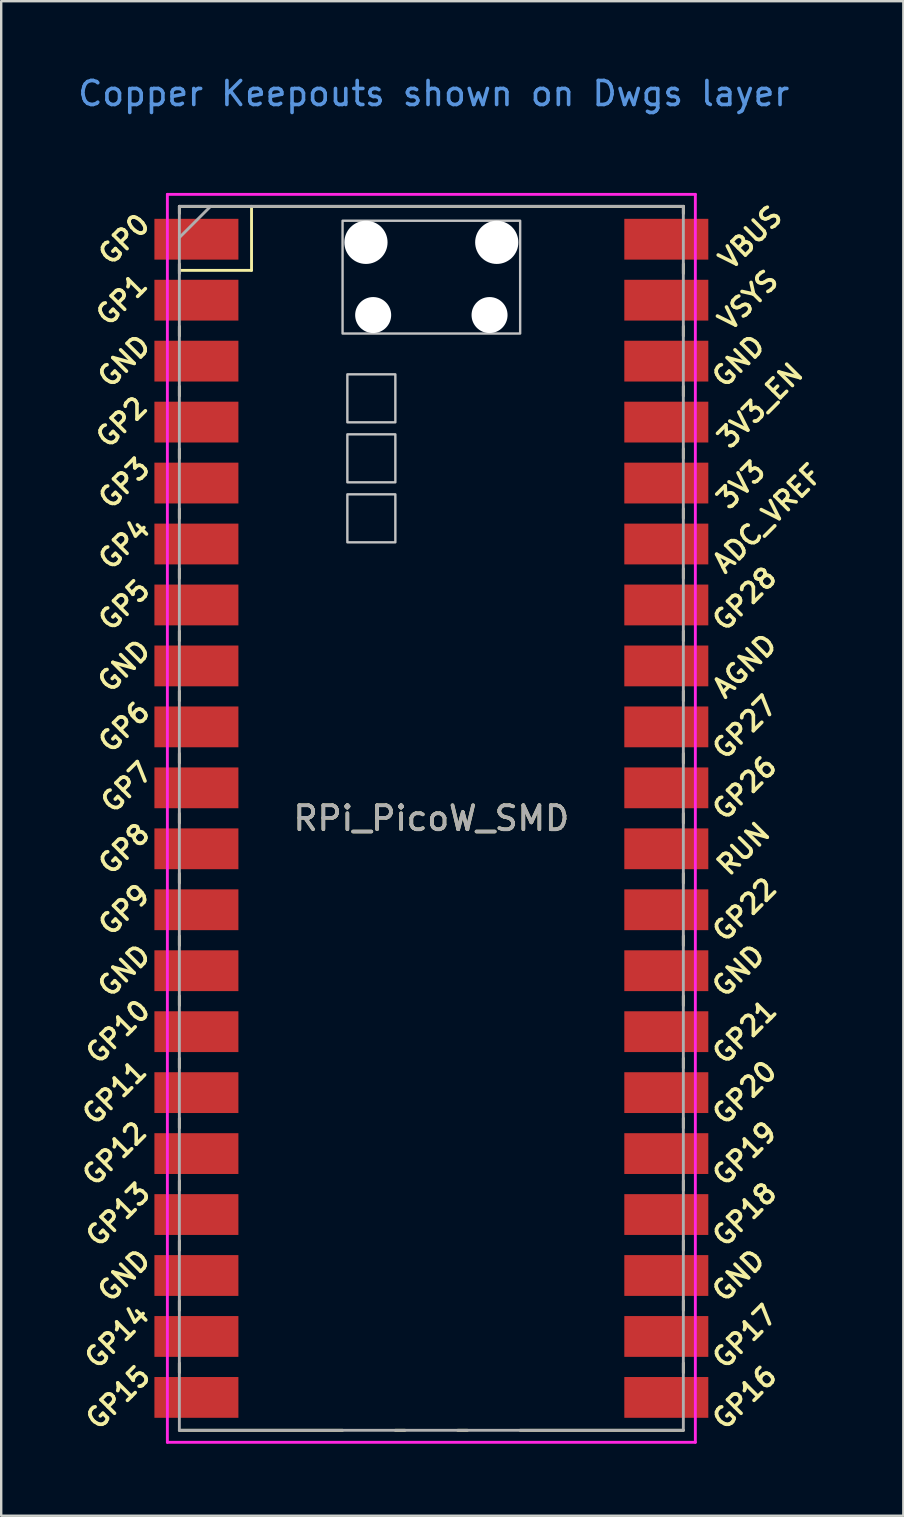
<source format=kicad_pcb>
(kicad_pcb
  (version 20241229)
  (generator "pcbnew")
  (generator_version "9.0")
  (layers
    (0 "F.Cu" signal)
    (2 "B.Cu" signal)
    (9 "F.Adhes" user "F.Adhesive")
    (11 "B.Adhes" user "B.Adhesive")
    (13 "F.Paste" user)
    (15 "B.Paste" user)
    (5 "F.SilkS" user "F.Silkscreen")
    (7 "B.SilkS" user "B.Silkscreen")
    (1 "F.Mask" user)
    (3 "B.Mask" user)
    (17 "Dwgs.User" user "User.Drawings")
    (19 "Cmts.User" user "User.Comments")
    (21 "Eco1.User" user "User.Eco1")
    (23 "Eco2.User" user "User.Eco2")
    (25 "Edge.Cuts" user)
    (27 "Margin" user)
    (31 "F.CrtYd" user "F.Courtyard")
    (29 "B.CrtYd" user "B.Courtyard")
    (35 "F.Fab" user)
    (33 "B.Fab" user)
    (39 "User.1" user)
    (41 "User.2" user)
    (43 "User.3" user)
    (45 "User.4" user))
  (footprint "RPi_PicoW_SMD"
    (layer "F.Cu")
    (at 14.924 31.048)
    (property "Reference" "RPi_PicoW_SMD" (at 0 0 0) (layer "F.SilkS") (effects (font (size 1 1) (thickness 0.15))))
    (attr through_hole)
    (fp_line (start -10.5 -25.5) (end -10.5 -25.2) (stroke (width 0.12) (type solid)) (layer "F.SilkS"))
    (fp_line (start -10.5 -25.5) (end 10.5 -25.5) (stroke (width 0.12) (type solid)) (layer "F.SilkS"))
    (fp_line (start -10.5 -23.1) (end -10.5 -22.7) (stroke (width 0.12) (type solid)) (layer "F.SilkS"))
    (fp_line (start -10.5 -22.833) (end -7.493 -22.833) (stroke (width 0.12) (type solid)) (layer "F.SilkS"))
    (fp_line (start -10.5 -20.5) (end -10.5 -20.1) (stroke (width 0.12) (type solid)) (layer "F.SilkS"))
    (fp_line (start -10.5 -18) (end -10.5 -17.6) (stroke (width 0.12) (type solid)) (layer "F.SilkS"))
    (fp_line (start -10.5 -15.4) (end -10.5 -15) (stroke (width 0.12) (type solid)) (layer "F.SilkS"))
    (fp_line (start -10.5 -12.9) (end -10.5 -12.5) (stroke (width 0.12) (type solid)) (layer "F.SilkS"))
    (fp_line (start -10.5 -10.4) (end -10.5 -10) (stroke (width 0.12) (type solid)) (layer "F.SilkS"))
    (fp_line (start -10.5 -7.8) (end -10.5 -7.4) (stroke (width 0.12) (type solid)) (layer "F.SilkS"))
    (fp_line (start -10.5 -5.3) (end -10.5 -4.9) (stroke (width 0.12) (type solid)) (layer "F.SilkS"))
    (fp_line (start -10.5 -2.7) (end -10.5 -2.3) (stroke (width 0.12) (type solid)) (layer "F.SilkS"))
    (fp_line (start -10.5 -0.2) (end -10.5 0.2) (stroke (width 0.12) (type solid)) (layer "F.SilkS"))
    (fp_line (start -10.5 2.3) (end -10.5 2.7) (stroke (width 0.12) (type solid)) (layer "F.SilkS"))
    (fp_line (start -10.5 4.9) (end -10.5 5.3) (stroke (width 0.12) (type solid)) (layer "F.SilkS"))
    (fp_line (start -10.5 7.4) (end -10.5 7.8) (stroke (width 0.12) (type solid)) (layer "F.SilkS"))
    (fp_line (start -10.5 10) (end -10.5 10.4) (stroke (width 0.12) (type solid)) (layer "F.SilkS"))
    (fp_line (start -10.5 12.5) (end -10.5 12.9) (stroke (width 0.12) (type solid)) (layer "F.SilkS"))
    (fp_line (start -10.5 15.1) (end -10.5 15.5) (stroke (width 0.12) (type solid)) (layer "F.SilkS"))
    (fp_line (start -10.5 17.6) (end -10.5 18) (stroke (width 0.12) (type solid)) (layer "F.SilkS"))
    (fp_line (start -10.5 20.1) (end -10.5 20.5) (stroke (width 0.12) (type solid)) (layer "F.SilkS"))
    (fp_line (start -10.5 22.7) (end -10.5 23.1) (stroke (width 0.12) (type solid)) (layer "F.SilkS"))
    (fp_line (start -7.493 -22.833) (end -7.493 -25.5) (stroke (width 0.12) (type solid)) (layer "F.SilkS"))
    (fp_line (start -3.7 25.5) (end -10.5 25.5) (stroke (width 0.12) (type solid)) (layer "F.SilkS"))
    (fp_line (start -1.5 25.5) (end -1.1 25.5) (stroke (width 0.12) (type solid)) (layer "F.SilkS"))
    (fp_line (start 1.1 25.5) (end 1.5 25.5) (stroke (width 0.12) (type solid)) (layer "F.SilkS"))
    (fp_line (start 10.5 -25.5) (end 10.5 -25.2) (stroke (width 0.12) (type solid)) (layer "F.SilkS"))
    (fp_line (start 10.5 -23.1) (end 10.5 -22.7) (stroke (width 0.12) (type solid)) (layer "F.SilkS"))
    (fp_line (start 10.5 -20.5) (end 10.5 -20.1) (stroke (width 0.12) (type solid)) (layer "F.SilkS"))
    (fp_line (start 10.5 -18) (end 10.5 -17.6) (stroke (width 0.12) (type solid)) (layer "F.SilkS"))
    (fp_line (start 10.5 -15.4) (end 10.5 -15) (stroke (width 0.12) (type solid)) (layer "F.SilkS"))
    (fp_line (start 10.5 -12.9) (end 10.5 -12.5) (stroke (width 0.12) (type solid)) (layer "F.SilkS"))
    (fp_line (start 10.5 -10.4) (end 10.5 -10) (stroke (width 0.12) (type solid)) (layer "F.SilkS"))
    (fp_line (start 10.5 -7.8) (end 10.5 -7.4) (stroke (width 0.12) (type solid)) (layer "F.SilkS"))
    (fp_line (start 10.5 -5.3) (end 10.5 -4.9) (stroke (width 0.12) (type solid)) (layer "F.SilkS"))
    (fp_line (start 10.5 -2.7) (end 10.5 -2.3) (stroke (width 0.12) (type solid)) (layer "F.SilkS"))
    (fp_line (start 10.5 -0.2) (end 10.5 0.2) (stroke (width 0.12) (type solid)) (layer "F.SilkS"))
    (fp_line (start 10.5 2.3) (end 10.5 2.7) (stroke (width 0.12) (type solid)) (layer "F.SilkS"))
    (fp_line (start 10.5 4.9) (end 10.5 5.3) (stroke (width 0.12) (type solid)) (layer "F.SilkS"))
    (fp_line (start 10.5 7.4) (end 10.5 7.8) (stroke (width 0.12) (type solid)) (layer "F.SilkS"))
    (fp_line (start 10.5 10) (end 10.5 10.4) (stroke (width 0.12) (type solid)) (layer "F.SilkS"))
    (fp_line (start 10.5 12.5) (end 10.5 12.9) (stroke (width 0.12) (type solid)) (layer "F.SilkS"))
    (fp_line (start 10.5 15.1) (end 10.5 15.5) (stroke (width 0.12) (type solid)) (layer "F.SilkS"))
    (fp_line (start 10.5 17.6) (end 10.5 18) (stroke (width 0.12) (type solid)) (layer "F.SilkS"))
    (fp_line (start 10.5 20.1) (end 10.5 20.5) (stroke (width 0.12) (type solid)) (layer "F.SilkS"))
    (fp_line (start 10.5 22.7) (end 10.5 23.1) (stroke (width 0.12) (type solid)) (layer "F.SilkS"))
    (fp_line (start 10.5 25.5) (end 3.7 25.5) (stroke (width 0.12) (type solid)) (layer "F.SilkS"))
    (fp_poly (pts (xy -1.5 -16.5) (xy -3.5 -16.5) (xy -3.5 -18.5) (xy -1.5 -18.5)) (stroke (width 0.1) (type solid)) (fill no) (layer "Dwgs.User"))
    (fp_poly (pts (xy -1.5 -14) (xy -3.5 -14) (xy -3.5 -16) (xy -1.5 -16)) (stroke (width 0.1) (type solid)) (fill no) (layer "Dwgs.User"))
    (fp_poly (pts (xy -1.5 -11.5) (xy -3.5 -11.5) (xy -3.5 -13.5) (xy -1.5 -13.5)) (stroke (width 0.1) (type solid)) (fill no) (layer "Dwgs.User"))
    (fp_poly (pts (xy 3.7 -20.2) (xy -3.7 -20.2) (xy -3.7 -24.9) (xy 3.7 -24.9)) (stroke (width 0.1) (type solid)) (fill no) (layer "Dwgs.User"))
    (fp_line (start -11 -26) (end 11 -26) (stroke (width 0.12) (type solid)) (layer "F.CrtYd"))
    (fp_line (start -11 26) (end -11 -26) (stroke (width 0.12) (type solid)) (layer "F.CrtYd"))
    (fp_line (start 11 -26) (end 11 26) (stroke (width 0.12) (type solid)) (layer "F.CrtYd"))
    (fp_line (start 11 26) (end -11 26) (stroke (width 0.12) (type solid)) (layer "F.CrtYd"))
    (fp_line (start -10.5 -25.5) (end 10.5 -25.5) (stroke (width 0.12) (type solid)) (layer "F.Fab"))
    (fp_line (start -10.5 -24.2) (end -9.2 -25.5) (stroke (width 0.12) (type solid)) (layer "F.Fab"))
    (fp_line (start -10.5 25.5) (end -10.5 -25.5) (stroke (width 0.12) (type solid)) (layer "F.Fab"))
    (fp_line (start 10.5 -25.5) (end 10.5 25.5) (stroke (width 0.12) (type solid)) (layer "F.Fab"))
    (fp_line (start 10.5 25.5) (end -10.5 25.5) (stroke (width 0.12) (type solid)) (layer "F.Fab"))
    (fp_text user "GP1" (at -12.9 -21.6 45) (layer "F.SilkS") (effects (font (size 0.8 0.8) (thickness 0.15))))
    (fp_text user "GP15" (at -13.054 24.13 45) (layer "F.SilkS") (effects (font (size 0.8 0.8) (thickness 0.15))))
    (fp_text user "AGND" (at 13.054 -6.35 45) (layer "F.SilkS") (effects (font (size 0.8 0.8) (thickness 0.15))))
    (fp_text user "GP13" (at -13.054 16.51 45) (layer "F.SilkS") (effects (font (size 0.8 0.8) (thickness 0.15))))
    (fp_text user "GP9" (at -12.8 3.81 45) (layer "F.SilkS") (effects (font (size 0.8 0.8) (thickness 0.15))))
    (fp_text user "GP22" (at 13.054 3.81 45) (layer "F.SilkS") (effects (font (size 0.8 0.8) (thickness 0.15))))
    (fp_text user "GP2" (at -12.9 -16.51 45) (layer "F.SilkS") (effects (font (size 0.8 0.8) (thickness 0.15))))
    (fp_text user "GND" (at 12.8 6.35 45) (layer "F.SilkS") (effects (font (size 0.8 0.8) (thickness 0.15))))
    (fp_text user "GND" (at -12.8 -19.05 45) (layer "F.SilkS") (effects (font (size 0.8 0.8) (thickness 0.15))))
    (fp_text user "GP3" (at -12.8 -13.97 45) (layer "F.SilkS") (effects (font (size 0.8 0.8) (thickness 0.15))))
    (fp_text user "GP6" (at -12.8 -3.81 45) (layer "F.SilkS") (effects (font (size 0.8 0.8) (thickness 0.15))))
    (fp_text user "GP11" (at -13.2 11.43 45) (layer "F.SilkS") (effects (font (size 0.8 0.8) (thickness 0.15))))
    (fp_text user "VBUS" (at 13.3 -24.2 45) (layer "F.SilkS") (effects (font (size 0.8 0.8) (thickness 0.15))))
    (fp_text user "GP20" (at 13.054 11.43 45) (layer "F.SilkS") (effects (font (size 0.8 0.8) (thickness 0.15))))
    (fp_text user "GP7" (at -12.7 -1.3 45) (layer "F.SilkS") (effects (font (size 0.8 0.8) (thickness 0.15))))
    (fp_text user "3V3_EN" (at 13.7 -17.2 45) (layer "F.SilkS") (effects (font (size 0.8 0.8) (thickness 0.15))))
    (fp_text user "GP26" (at 13.054 -1.27 45) (layer "F.SilkS") (effects (font (size 0.8 0.8) (thickness 0.15))))
    (fp_text user "GP14" (at -13.1 21.59 45) (layer "F.SilkS") (effects (font (size 0.8 0.8) (thickness 0.15))))
    (fp_text user "GP10" (at -13.054 8.89 45) (layer "F.SilkS") (effects (font (size 0.8 0.8) (thickness 0.15))))
    (fp_text user "GP28" (at 13.054 -9.144 45) (layer "F.SilkS") (effects (font (size 0.8 0.8) (thickness 0.15))))
    (fp_text user "GP12" (at -13.2 13.97 45) (layer "F.SilkS") (effects (font (size 0.8 0.8) (thickness 0.15))))
    (fp_text user "GND" (at -12.8 19.05 45) (layer "F.SilkS") (effects (font (size 0.8 0.8) (thickness 0.15))))
    (fp_text user "GND" (at -12.8 -6.35 45) (layer "F.SilkS") (effects (font (size 0.8 0.8) (thickness 0.15))))
    (fp_text user "VSYS" (at 13.2 -21.59 45) (layer "F.SilkS") (effects (font (size 0.8 0.8) (thickness 0.15))))
    (fp_text user "GP18" (at 13.054 16.51 45) (layer "F.SilkS") (effects (font (size 0.8 0.8) (thickness 0.15))))
    (fp_text user "GP21" (at 13.054 8.9 45) (layer "F.SilkS") (effects (font (size 0.8 0.8) (thickness 0.15))))
    (fp_text user "GP17" (at 13.054 21.59 45) (layer "F.SilkS") (effects (font (size 0.8 0.8) (thickness 0.15))))
    (fp_text user "GND" (at 12.8 -19.05 45) (layer "F.SilkS") (effects (font (size 0.8 0.8) (thickness 0.15))))
    (fp_text user "GP27" (at 13.054 -3.8 45) (layer "F.SilkS") (effects (font (size 0.8 0.8) (thickness 0.15))))
    (fp_text user "GP4" (at -12.8 -11.43 45) (layer "F.SilkS") (effects (font (size 0.8 0.8) (thickness 0.15))))
    (fp_text user "ADC_VREF" (at 14 -12.5 45) (layer "F.SilkS") (effects (font (size 0.8 0.8) (thickness 0.15))))
    (fp_text user "RUN" (at 13 1.27 45) (layer "F.SilkS") (effects (font (size 0.8 0.8) (thickness 0.15))))
    (fp_text user "GP0" (at -12.8 -24.13 45) (layer "F.SilkS") (effects (font (size 0.8 0.8) (thickness 0.15))))
    (fp_text user "3V3" (at 12.9 -13.9 45) (layer "F.SilkS") (effects (font (size 0.8 0.8) (thickness 0.15))))
    (fp_text user "GP5" (at -12.8 -8.89 45) (layer "F.SilkS") (effects (font (size 0.8 0.8) (thickness 0.15))))
    (fp_text user "GND" (at -12.8 6.35 45) (layer "F.SilkS") (effects (font (size 0.8 0.8) (thickness 0.15))))
    (fp_text user "GP19" (at 13.054 13.97 45) (layer "F.SilkS") (effects (font (size 0.8 0.8) (thickness 0.15))))
    (fp_text user "GP16" (at 13.054 24.13 45) (layer "F.SilkS") (effects (font (size 0.8 0.8) (thickness 0.15))))
    (fp_text user "GND" (at 12.8 19.05 45) (layer "F.SilkS") (effects (font (size 0.8 0.8) (thickness 0.15))))
    (fp_text user "GP8" (at -12.8 1.27 45) (layer "F.SilkS") (effects (font (size 0.8 0.8) (thickness 0.15))))
    (fp_text user "Copper Keepouts shown on Dwgs layer" (at 0.1 -30.2 0) (layer "Cmts.User") (effects (font (size 1 1) (thickness 0.15))))
    (fp_text user "${REFERENCE}" (at 0 0 180) (layer "F.Fab") (effects (font (size 1 1) (thickness 0.15))))
    (pad "" np_thru_hole oval (at -2.725 -24) (size 1.8 1.8) (drill 1.8) (layers "*.Cu" "*.Mask"))
    (pad "" np_thru_hole oval (at -2.425 -20.97) (size 1.5 1.5) (drill 1.5) (layers "*.Cu" "*.Mask"))
    (pad "" np_thru_hole oval (at 2.425 -20.97) (size 1.5 1.5) (drill 1.5) (layers "*.Cu" "*.Mask"))
    (pad "" np_thru_hole oval (at 2.725 -24) (size 1.8 1.8) (drill 1.8) (layers "*.Cu" "*.Mask"))
    (pad "1" smd rect (at -8.89 -24.13) (size 3.5 1.7) (drill (offset -0.9 0)) (layers "F.Cu" "F.Mask"))
    (pad "2" smd rect (at -8.89 -21.59) (size 3.5 1.7) (drill (offset -0.9 0)) (layers "F.Cu" "F.Mask"))
    (pad "3" smd rect (at -8.89 -19.05) (size 3.5 1.7) (drill (offset -0.9 0)) (layers "F.Cu" "F.Mask"))
    (pad "4" smd rect (at -8.89 -16.51) (size 3.5 1.7) (drill (offset -0.9 0)) (layers "F.Cu" "F.Mask"))
    (pad "5" smd rect (at -8.89 -13.97) (size 3.5 1.7) (drill (offset -0.9 0)) (layers "F.Cu" "F.Mask"))
    (pad "6" smd rect (at -8.89 -11.43) (size 3.5 1.7) (drill (offset -0.9 0)) (layers "F.Cu" "F.Mask"))
    (pad "7" smd rect (at -8.89 -8.89) (size 3.5 1.7) (drill (offset -0.9 0)) (layers "F.Cu" "F.Mask"))
    (pad "8" smd rect (at -8.89 -6.35) (size 3.5 1.7) (drill (offset -0.9 0)) (layers "F.Cu" "F.Mask"))
    (pad "9" smd rect (at -8.89 -3.81) (size 3.5 1.7) (drill (offset -0.9 0)) (layers "F.Cu" "F.Mask"))
    (pad "10" smd rect (at -8.89 -1.27) (size 3.5 1.7) (drill (offset -0.9 0)) (layers "F.Cu" "F.Mask"))
    (pad "11" smd rect (at -8.89 1.27) (size 3.5 1.7) (drill (offset -0.9 0)) (layers "F.Cu" "F.Mask"))
    (pad "12" smd rect (at -8.89 3.81) (size 3.5 1.7) (drill (offset -0.9 0)) (layers "F.Cu" "F.Mask"))
    (pad "13" smd rect (at -8.89 6.35) (size 3.5 1.7) (drill (offset -0.9 0)) (layers "F.Cu" "F.Mask"))
    (pad "14" smd rect (at -8.89 8.89) (size 3.5 1.7) (drill (offset -0.9 0)) (layers "F.Cu" "F.Mask"))
    (pad "15" smd rect (at -8.89 11.43) (size 3.5 1.7) (drill (offset -0.9 0)) (layers "F.Cu" "F.Mask"))
    (pad "16" smd rect (at -8.89 13.97) (size 3.5 1.7) (drill (offset -0.9 0)) (layers "F.Cu" "F.Mask"))
    (pad "17" smd rect (at -8.89 16.51) (size 3.5 1.7) (drill (offset -0.9 0)) (layers "F.Cu" "F.Mask"))
    (pad "18" smd rect (at -8.89 19.05) (size 3.5 1.7) (drill (offset -0.9 0)) (layers "F.Cu" "F.Mask"))
    (pad "19" smd rect (at -8.89 21.59) (size 3.5 1.7) (drill (offset -0.9 0)) (layers "F.Cu" "F.Mask"))
    (pad "20" smd rect (at -8.89 24.13) (size 3.5 1.7) (drill (offset -0.9 0)) (layers "F.Cu" "F.Mask"))
    (pad "21" smd rect (at 8.89 24.13) (size 3.5 1.7) (drill (offset 0.9 0)) (layers "F.Cu" "F.Mask"))
    (pad "22" smd rect (at 8.89 21.59) (size 3.5 1.7) (drill (offset 0.9 0)) (layers "F.Cu" "F.Mask"))
    (pad "23" smd rect (at 8.89 19.05) (size 3.5 1.7) (drill (offset 0.9 0)) (layers "F.Cu" "F.Mask"))
    (pad "24" smd rect (at 8.89 16.51) (size 3.5 1.7) (drill (offset 0.9 0)) (layers "F.Cu" "F.Mask"))
    (pad "25" smd rect (at 8.89 13.97) (size 3.5 1.7) (drill (offset 0.9 0)) (layers "F.Cu" "F.Mask"))
    (pad "26" smd rect (at 8.89 11.43) (size 3.5 1.7) (drill (offset 0.9 0)) (layers "F.Cu" "F.Mask"))
    (pad "27" smd rect (at 8.89 8.89) (size 3.5 1.7) (drill (offset 0.9 0)) (layers "F.Cu" "F.Mask"))
    (pad "28" smd rect (at 8.89 6.35) (size 3.5 1.7) (drill (offset 0.9 0)) (layers "F.Cu" "F.Mask"))
    (pad "29" smd rect (at 8.89 3.81) (size 3.5 1.7) (drill (offset 0.9 0)) (layers "F.Cu" "F.Mask"))
    (pad "30" smd rect (at 8.89 1.27) (size 3.5 1.7) (drill (offset 0.9 0)) (layers "F.Cu" "F.Mask"))
    (pad "31" smd rect (at 8.89 -1.27) (size 3.5 1.7) (drill (offset 0.9 0)) (layers "F.Cu" "F.Mask"))
    (pad "32" smd rect (at 8.89 -3.81) (size 3.5 1.7) (drill (offset 0.9 0)) (layers "F.Cu" "F.Mask"))
    (pad "33" smd rect (at 8.89 -6.35) (size 3.5 1.7) (drill (offset 0.9 0)) (layers "F.Cu" "F.Mask"))
    (pad "34" smd rect (at 8.89 -8.89) (size 3.5 1.7) (drill (offset 0.9 0)) (layers "F.Cu" "F.Mask"))
    (pad "35" smd rect (at 8.89 -11.43) (size 3.5 1.7) (drill (offset 0.9 0)) (layers "F.Cu" "F.Mask"))
    (pad "36" smd rect (at 8.89 -13.97) (size 3.5 1.7) (drill (offset 0.9 0)) (layers "F.Cu" "F.Mask"))
    (pad "37" smd rect (at 8.89 -16.51) (size 3.5 1.7) (drill (offset 0.9 0)) (layers "F.Cu" "F.Mask"))
    (pad "38" smd rect (at 8.89 -19.05) (size 3.5 1.7) (drill (offset 0.9 0)) (layers "F.Cu" "F.Mask"))
    (pad "39" smd rect (at 8.89 -21.59) (size 3.5 1.7) (drill (offset 0.9 0)) (layers "F.Cu" "F.Mask"))
    (pad "40" smd rect (at 8.89 -24.13) (size 3.5 1.7) (drill (offset 0.9 0)) (layers "F.Cu" "F.Mask")))
  (gr_rect
    (start -3 -3)
    (end 34.591 60.108)
    (stroke (width 0.1) (type default))
    (fill no)
    (layer "Edge.Cuts")))
</source>
